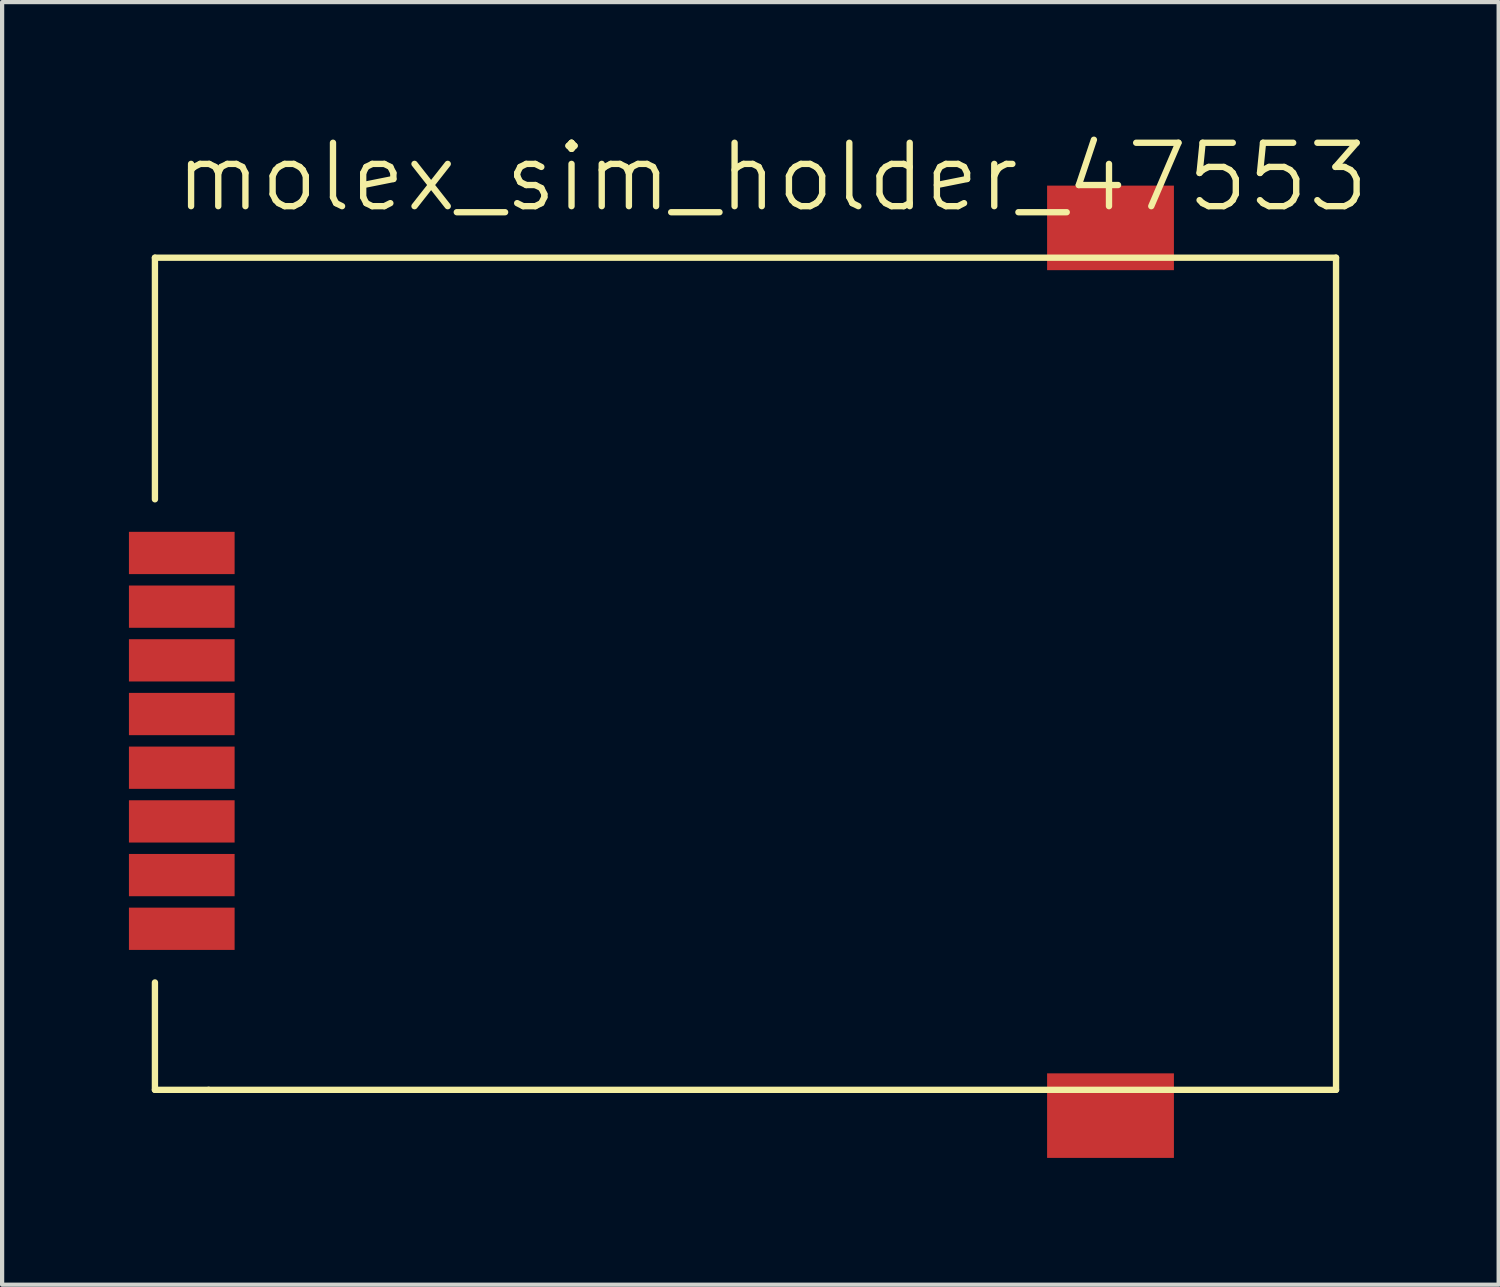
<source format=kicad_pcb>
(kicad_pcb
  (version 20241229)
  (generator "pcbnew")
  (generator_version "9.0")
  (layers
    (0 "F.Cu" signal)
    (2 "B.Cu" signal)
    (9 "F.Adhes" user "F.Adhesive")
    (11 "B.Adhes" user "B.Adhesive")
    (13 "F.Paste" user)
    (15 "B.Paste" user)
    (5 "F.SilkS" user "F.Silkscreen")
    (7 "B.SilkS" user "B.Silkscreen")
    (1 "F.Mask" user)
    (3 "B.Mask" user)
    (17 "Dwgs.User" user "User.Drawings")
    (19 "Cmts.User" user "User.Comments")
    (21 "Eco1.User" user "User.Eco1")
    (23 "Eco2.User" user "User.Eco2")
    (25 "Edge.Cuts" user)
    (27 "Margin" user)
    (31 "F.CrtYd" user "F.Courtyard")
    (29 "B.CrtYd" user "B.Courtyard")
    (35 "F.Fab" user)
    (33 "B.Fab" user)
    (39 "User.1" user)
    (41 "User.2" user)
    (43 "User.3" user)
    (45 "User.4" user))
  (footprint "molex_sim_holder_47553"
    (layer "F.Cu")
    (at 28.72 2.841)
    (property "Reference" "molex_sim_holder_47553" (at -13.5 -1.7 0) (layer "F.SilkS") (effects (font (size 1.5 1.5) (thickness 0.15))))
    (attr through_hole)
    (fp_line (start -28.105 0.205) (end -28.105 5.92) (stroke (width 0.15) (type solid)) (layer "F.SilkS"))
    (fp_line (start -28.105 19.89) (end -28.105 17.35) (stroke (width 0.15) (type solid)) (layer "F.SilkS"))
    (fp_line (start -26.835 19.89) (end -28.105 19.89) (stroke (width 0.15) (type solid)) (layer "F.SilkS"))
    (fp_line (start -26.835 19.89) (end -0.165 19.89) (stroke (width 0.15) (type solid)) (layer "F.SilkS"))
    (fp_line (start -0.165 0.205) (end -28.105 0.205) (stroke (width 0.15) (type solid)) (layer "F.SilkS"))
    (fp_line (start -0.165 19.89) (end -0.165 0.205) (stroke (width 0.15) (type solid)) (layer "F.SilkS"))
    (pad "1" smd rect (at -27.47 7.19) (size 2.5 1) (layers "F.Cu" "F.Mask" "F.Paste"))
    (pad "2" smd rect (at -27.47 8.46) (size 2.5 1) (layers "F.Cu" "F.Mask" "F.Paste"))
    (pad "3" smd rect (at -27.47 9.73) (size 2.5 1) (layers "F.Cu" "F.Mask" "F.Paste"))
    (pad "4" smd rect (at -27.47 11) (size 2.5 1) (layers "F.Cu" "F.Mask" "F.Paste"))
    (pad "5" smd rect (at -27.47 12.27) (size 2.5 1) (layers "F.Cu" "F.Mask" "F.Paste"))
    (pad "6" smd rect (at -27.47 13.54) (size 2.5 1) (layers "F.Cu" "F.Mask" "F.Paste"))
    (pad "7" smd rect (at -27.47 14.81) (size 2.5 1) (layers "F.Cu" "F.Mask" "F.Paste"))
    (pad "8" smd rect (at -27.47 16.08) (size 2.5 1) (layers "F.Cu" "F.Mask" "F.Paste"))
    (pad "9" smd rect (at -5.5 -0.5) (size 3 2) (layers "F.Cu" "F.Mask" "F.Paste"))
    (pad "10" smd rect (at -5.5 20.5) (size 3 2) (layers "F.Cu" "F.Mask" "F.Paste")))
  (gr_rect
    (start -3 -3)
    (end 32.402 27.341)
    (stroke (width 0.1) (type default))
    (fill no)
    (layer "Edge.Cuts")))
</source>
